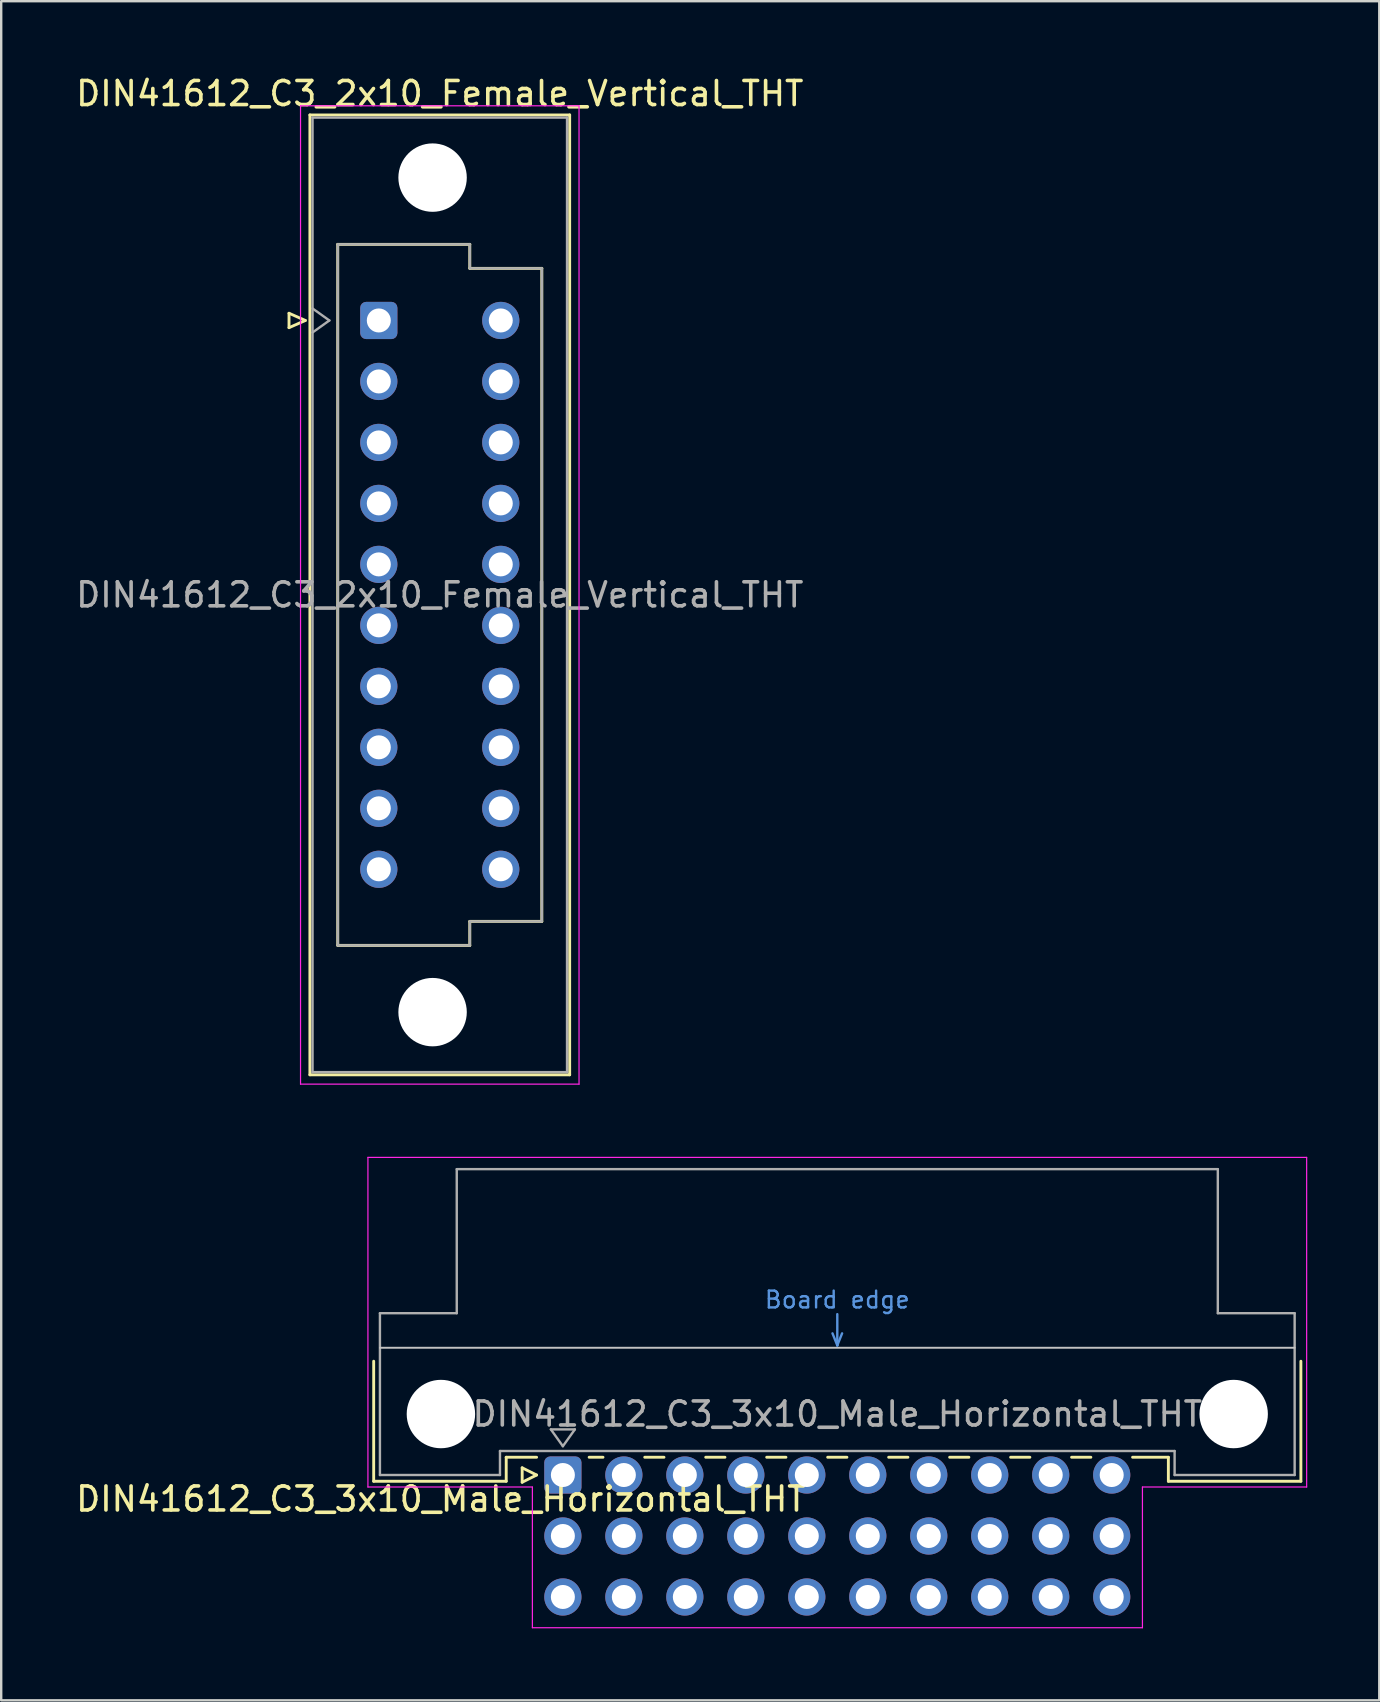
<source format=kicad_pcb>
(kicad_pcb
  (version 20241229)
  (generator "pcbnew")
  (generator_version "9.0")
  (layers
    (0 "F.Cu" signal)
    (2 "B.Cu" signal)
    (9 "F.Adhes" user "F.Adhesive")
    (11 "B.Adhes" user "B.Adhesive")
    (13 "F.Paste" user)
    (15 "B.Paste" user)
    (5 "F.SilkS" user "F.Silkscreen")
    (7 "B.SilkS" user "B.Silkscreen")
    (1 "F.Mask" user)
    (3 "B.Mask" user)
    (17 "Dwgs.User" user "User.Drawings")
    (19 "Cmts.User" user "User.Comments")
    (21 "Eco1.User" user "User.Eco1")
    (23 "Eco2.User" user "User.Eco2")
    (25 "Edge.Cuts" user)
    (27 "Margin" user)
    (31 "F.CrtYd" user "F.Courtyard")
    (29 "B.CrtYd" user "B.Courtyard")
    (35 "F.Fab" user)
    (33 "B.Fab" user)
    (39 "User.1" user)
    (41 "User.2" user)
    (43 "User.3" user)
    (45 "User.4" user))
  (footprint "DIN41612_C3_2x10_Female_Vertical_THT"
    (layer "F.Cu")
    (at 12.728 10.298)
    (property "Reference" "DIN41612_C3_2x10_Female_Vertical_THT" (at 2.54 -9.45 0) (layer "F.SilkS") (effects (font (size 1 1) (thickness 0.15))))
    (attr through_hole)
    (fp_line (start -3.74 -0.3) (end -3.74 0.3) (stroke (width 0.12) (type solid)) (layer "F.SilkS"))
    (fp_line (start -3.74 0.3) (end -3.06 0) (stroke (width 0.12) (type solid)) (layer "F.SilkS"))
    (fp_line (start -3.06 0) (end -3.74 -0.3) (stroke (width 0.12) (type solid)) (layer "F.SilkS"))
    (fp_line (start -2.87 -8.56) (end 7.95 -8.56) (stroke (width 0.12) (type solid)) (layer "F.SilkS"))
    (fp_line (start -2.87 31.42) (end -2.87 -8.56) (stroke (width 0.12) (type solid)) (layer "F.SilkS"))
    (fp_line (start -1.71 -3.17) (end 3.79 -3.17) (stroke (width 0.12) (type solid)) (layer "F.SilkS"))
    (fp_line (start -1.71 26.03) (end -1.71 -3.17) (stroke (width 0.12) (type solid)) (layer "F.SilkS"))
    (fp_line (start 3.79 -3.17) (end 3.79 -2.17) (stroke (width 0.12) (type solid)) (layer "F.SilkS"))
    (fp_line (start 3.79 -2.17) (end 6.79 -2.17) (stroke (width 0.12) (type solid)) (layer "F.SilkS"))
    (fp_line (start 3.79 25.03) (end 3.79 26.03) (stroke (width 0.12) (type solid)) (layer "F.SilkS"))
    (fp_line (start 3.79 26.03) (end -1.71 26.03) (stroke (width 0.12) (type solid)) (layer "F.SilkS"))
    (fp_line (start 6.79 -2.17) (end 6.79 25.03) (stroke (width 0.12) (type solid)) (layer "F.SilkS"))
    (fp_line (start 6.79 25.03) (end 3.79 25.03) (stroke (width 0.12) (type solid)) (layer "F.SilkS"))
    (fp_line (start 7.95 -8.56) (end 7.95 31.42) (stroke (width 0.12) (type solid)) (layer "F.SilkS"))
    (fp_line (start 7.95 31.42) (end -2.87 31.42) (stroke (width 0.12) (type solid)) (layer "F.SilkS"))
    (fp_line (start -3.26 -8.94) (end 8.34 -8.94) (stroke (width 0.05) (type solid)) (layer "F.CrtYd"))
    (fp_line (start -3.26 31.81) (end -3.26 -8.94) (stroke (width 0.05) (type solid)) (layer "F.CrtYd"))
    (fp_line (start 8.34 -8.94) (end 8.34 31.81) (stroke (width 0.05) (type solid)) (layer "F.CrtYd"))
    (fp_line (start 8.34 31.81) (end -3.26 31.81) (stroke (width 0.05) (type solid)) (layer "F.CrtYd"))
    (fp_line (start -2.76 -8.45) (end 7.84 -8.45) (stroke (width 0.1) (type solid)) (layer "F.Fab"))
    (fp_line (start -2.76 -0.5) (end -2.06 0) (stroke (width 0.1) (type solid)) (layer "F.Fab"))
    (fp_line (start -2.76 31.31) (end -2.76 -8.45) (stroke (width 0.1) (type solid)) (layer "F.Fab"))
    (fp_line (start -2.06 0) (end -2.76 0.5) (stroke (width 0.1) (type solid)) (layer "F.Fab"))
    (fp_line (start -1.71 -3.17) (end 3.79 -3.17) (stroke (width 0.1) (type solid)) (layer "F.Fab"))
    (fp_line (start -1.71 26.03) (end -1.71 -3.17) (stroke (width 0.1) (type solid)) (layer "F.Fab"))
    (fp_line (start 3.79 -3.17) (end 3.79 -2.17) (stroke (width 0.1) (type solid)) (layer "F.Fab"))
    (fp_line (start 3.79 -2.17) (end 6.79 -2.17) (stroke (width 0.1) (type solid)) (layer "F.Fab"))
    (fp_line (start 3.79 25.03) (end 3.79 26.03) (stroke (width 0.1) (type solid)) (layer "F.Fab"))
    (fp_line (start 3.79 26.03) (end -1.71 26.03) (stroke (width 0.1) (type solid)) (layer "F.Fab"))
    (fp_line (start 6.79 -2.17) (end 6.79 25.03) (stroke (width 0.1) (type solid)) (layer "F.Fab"))
    (fp_line (start 6.79 25.03) (end 3.79 25.03) (stroke (width 0.1) (type solid)) (layer "F.Fab"))
    (fp_line (start 7.84 -8.45) (end 7.84 31.31) (stroke (width 0.1) (type solid)) (layer "F.Fab"))
    (fp_line (start 7.84 31.31) (end -2.76 31.31) (stroke (width 0.1) (type solid)) (layer "F.Fab"))
    (fp_text user "${REFERENCE}" (at 2.54 11.43 0) (layer "F.Fab") (effects (font (size 1 1) (thickness 0.15))))
    (pad "" np_thru_hole circle (at 2.24 -5.95) (size 2.85 2.85) (drill 2.85) (layers "*.Cu" "*.Mask"))
    (pad "" np_thru_hole circle (at 2.24 28.81) (size 2.85 2.85) (drill 2.85) (layers "*.Cu" "*.Mask"))
    (pad "a1" thru_hole roundrect (at 0 0) (size 1.55 1.55) (drill 1) (layers "*.Cu" "*.Mask") (roundrect_rratio 0.161))
    (pad "a2" thru_hole circle (at 0 2.54) (size 1.55 1.55) (drill 1) (layers "*.Cu" "*.Mask"))
    (pad "a3" thru_hole circle (at 0 5.08) (size 1.55 1.55) (drill 1) (layers "*.Cu" "*.Mask"))
    (pad "a4" thru_hole circle (at 0 7.62) (size 1.55 1.55) (drill 1) (layers "*.Cu" "*.Mask"))
    (pad "a5" thru_hole circle (at 0 10.16) (size 1.55 1.55) (drill 1) (layers "*.Cu" "*.Mask"))
    (pad "a6" thru_hole circle (at 0 12.7) (size 1.55 1.55) (drill 1) (layers "*.Cu" "*.Mask"))
    (pad "a7" thru_hole circle (at 0 15.24) (size 1.55 1.55) (drill 1) (layers "*.Cu" "*.Mask"))
    (pad "a8" thru_hole circle (at 0 17.78) (size 1.55 1.55) (drill 1) (layers "*.Cu" "*.Mask"))
    (pad "a9" thru_hole circle (at 0 20.32) (size 1.55 1.55) (drill 1) (layers "*.Cu" "*.Mask"))
    (pad "a10" thru_hole circle (at 0 22.86) (size 1.55 1.55) (drill 1) (layers "*.Cu" "*.Mask"))
    (pad "c1" thru_hole circle (at 5.08 0) (size 1.55 1.55) (drill 1) (layers "*.Cu" "*.Mask"))
    (pad "c2" thru_hole circle (at 5.08 2.54) (size 1.55 1.55) (drill 1) (layers "*.Cu" "*.Mask"))
    (pad "c3" thru_hole circle (at 5.08 5.08) (size 1.55 1.55) (drill 1) (layers "*.Cu" "*.Mask"))
    (pad "c4" thru_hole circle (at 5.08 7.62) (size 1.55 1.55) (drill 1) (layers "*.Cu" "*.Mask"))
    (pad "c5" thru_hole circle (at 5.08 10.16) (size 1.55 1.55) (drill 1) (layers "*.Cu" "*.Mask"))
    (pad "c6" thru_hole circle (at 5.08 12.7) (size 1.55 1.55) (drill 1) (layers "*.Cu" "*.Mask"))
    (pad "c7" thru_hole circle (at 5.08 15.24) (size 1.55 1.55) (drill 1) (layers "*.Cu" "*.Mask"))
    (pad "c8" thru_hole circle (at 5.08 17.78) (size 1.55 1.55) (drill 1) (layers "*.Cu" "*.Mask"))
    (pad "c9" thru_hole circle (at 5.08 20.32) (size 1.55 1.55) (drill 1) (layers "*.Cu" "*.Mask"))
    (pad "c10" thru_hole circle (at 5.08 22.86) (size 1.55 1.55) (drill 1) (layers "*.Cu" "*.Mask")))
  (footprint "DIN41612_C3_3x10_Male_Horizontal_THT"
    (layer "F.Cu")
    (at 20.395 58.388)
    (property "Reference" "DIN41612_C3_3x10_Male_Horizontal_THT" (at -5.08 1 0) (layer "F.SilkS") (effects (font (size 1 1) (thickness 0.15))))
    (attr through_hole)
    (fp_line (start -7.88 -4.74) (end -7.88 0.26) (stroke (width 0.12) (type solid)) (layer "F.SilkS"))
    (fp_line (start -7.88 0.26) (end -2.36 0.26) (stroke (width 0.12) (type solid)) (layer "F.SilkS"))
    (fp_line (start -2.361 -0.74) (end -1.095 -0.74) (stroke (width 0.12) (type solid)) (layer "F.SilkS"))
    (fp_line (start -2.36 0.26) (end -2.36 -0.74) (stroke (width 0.12) (type solid)) (layer "F.SilkS"))
    (fp_line (start -1.695 -0.3) (end -1.695 0.3) (stroke (width 0.12) (type solid)) (layer "F.SilkS"))
    (fp_line (start -1.695 0.3) (end -1.095 0) (stroke (width 0.12) (type solid)) (layer "F.SilkS"))
    (fp_line (start -1.095 0) (end -1.695 -0.3) (stroke (width 0.12) (type solid)) (layer "F.SilkS"))
    (fp_line (start 1.095 -0.74) (end 1.671 -0.74) (stroke (width 0.12) (type solid)) (layer "F.SilkS"))
    (fp_line (start 3.41 -0.74) (end 4.211 -0.74) (stroke (width 0.12) (type solid)) (layer "F.SilkS"))
    (fp_line (start 5.95 -0.74) (end 6.751 -0.74) (stroke (width 0.12) (type solid)) (layer "F.SilkS"))
    (fp_line (start 8.49 -0.74) (end 9.291 -0.74) (stroke (width 0.12) (type solid)) (layer "F.SilkS"))
    (fp_line (start 11.03 -0.74) (end 11.831 -0.74) (stroke (width 0.12) (type solid)) (layer "F.SilkS"))
    (fp_line (start 13.57 -0.74) (end 14.371 -0.74) (stroke (width 0.12) (type solid)) (layer "F.SilkS"))
    (fp_line (start 16.11 -0.74) (end 16.911 -0.74) (stroke (width 0.12) (type solid)) (layer "F.SilkS"))
    (fp_line (start 18.65 -0.74) (end 19.451 -0.74) (stroke (width 0.12) (type solid)) (layer "F.SilkS"))
    (fp_line (start 21.19 -0.74) (end 21.991 -0.74) (stroke (width 0.12) (type solid)) (layer "F.SilkS"))
    (fp_line (start 23.73 -0.74) (end 25.22 -0.74) (stroke (width 0.12) (type solid)) (layer "F.SilkS"))
    (fp_line (start 25.22 0.26) (end 25.22 -0.74) (stroke (width 0.12) (type solid)) (layer "F.SilkS"))
    (fp_line (start 30.74 -4.74) (end 30.74 0.26) (stroke (width 0.12) (type solid)) (layer "F.SilkS"))
    (fp_line (start 30.74 0.26) (end 25.22 0.26) (stroke (width 0.12) (type solid)) (layer "F.SilkS"))
    (fp_line (start -7.62 -5.3) (end 30.48 -5.3) (stroke (width 0.08) (type solid)) (layer "Dwgs.User"))
    (fp_line (start 11.23 -5.9) (end 11.43 -5.4) (stroke (width 0.1) (type solid)) (layer "Cmts.User"))
    (fp_line (start 11.43 -5.4) (end 11.43 -6.7) (stroke (width 0.1) (type solid)) (layer "Cmts.User"))
    (fp_line (start 11.43 -5.4) (end 11.63 -5.9) (stroke (width 0.1) (type solid)) (layer "Cmts.User"))
    (fp_line (start -8.12 -13.23) (end -8.12 0.5) (stroke (width 0.05) (type solid)) (layer "F.CrtYd"))
    (fp_line (start -8.12 0.5) (end -1.27 0.5) (stroke (width 0.05) (type solid)) (layer "F.CrtYd"))
    (fp_line (start -1.27 0.5) (end -1.27 6.36) (stroke (width 0.05) (type solid)) (layer "F.CrtYd"))
    (fp_line (start -1.27 6.36) (end 24.14 6.36) (stroke (width 0.05) (type solid)) (layer "F.CrtYd"))
    (fp_line (start 24.14 0.5) (end 30.98 0.5) (stroke (width 0.05) (type solid)) (layer "F.CrtYd"))
    (fp_line (start 24.14 6.36) (end 24.14 0.5) (stroke (width 0.05) (type solid)) (layer "F.CrtYd"))
    (fp_line (start 30.98 -13.23) (end -8.12 -13.23) (stroke (width 0.05) (type solid)) (layer "F.CrtYd"))
    (fp_line (start 30.98 0.5) (end 30.98 -13.23) (stroke (width 0.05) (type solid)) (layer "F.CrtYd"))
    (fp_line (start -7.62 -6.74) (end -7.62 0) (stroke (width 0.1) (type solid)) (layer "F.Fab"))
    (fp_line (start -7.62 0) (end -2.62 0) (stroke (width 0.1) (type solid)) (layer "F.Fab"))
    (fp_line (start -4.42 -12.74) (end -4.42 -6.74) (stroke (width 0.1) (type solid)) (layer "F.Fab"))
    (fp_line (start -4.42 -6.74) (end -7.62 -6.74) (stroke (width 0.1) (type solid)) (layer "F.Fab"))
    (fp_line (start -2.62 -1) (end 25.48 -1) (stroke (width 0.1) (type solid)) (layer "F.Fab"))
    (fp_line (start -2.62 0) (end -2.62 -1) (stroke (width 0.1) (type solid)) (layer "F.Fab"))
    (fp_line (start -0.5 -1.9) (end 0.5 -1.9) (stroke (width 0.1) (type solid)) (layer "F.Fab"))
    (fp_line (start 0 -1.2) (end -0.5 -1.9) (stroke (width 0.1) (type solid)) (layer "F.Fab"))
    (fp_line (start 0.5 -1.9) (end 0 -1.2) (stroke (width 0.1) (type solid)) (layer "F.Fab"))
    (fp_line (start 25.48 -1) (end 25.48 0) (stroke (width 0.1) (type solid)) (layer "F.Fab"))
    (fp_line (start 25.48 0) (end 30.48 0) (stroke (width 0.1) (type solid)) (layer "F.Fab"))
    (fp_line (start 27.28 -12.74) (end -4.42 -12.74) (stroke (width 0.1) (type solid)) (layer "F.Fab"))
    (fp_line (start 27.28 -6.74) (end 27.28 -12.74) (stroke (width 0.1) (type solid)) (layer "F.Fab"))
    (fp_line (start 30.48 -6.74) (end 27.28 -6.74) (stroke (width 0.1) (type solid)) (layer "F.Fab"))
    (fp_line (start 30.48 0) (end 30.48 -6.74) (stroke (width 0.1) (type solid)) (layer "F.Fab"))
    (fp_text user "Board edge" (at 11.43 -7.3 0) (layer "Cmts.User") (effects (font (size 0.7 0.7) (thickness 0.1))))
    (fp_text user "${REFERENCE}" (at 11.43 -2.54 0) (layer "F.Fab") (effects (font (size 1 1) (thickness 0.15))))
    (pad "" np_thru_hole circle (at -5.08 -2.54) (size 2.85 2.85) (drill 2.85) (layers "*.Cu" "*.Mask"))
    (pad "" np_thru_hole circle (at 27.94 -2.54) (size 2.85 2.85) (drill 2.85) (layers "*.Cu" "*.Mask"))
    (pad "a1" thru_hole roundrect (at 0 0) (size 1.55 1.55) (drill 1) (layers "*.Cu" "*.Mask") (roundrect_rratio 0.161))
    (pad "a2" thru_hole circle (at 2.54 0) (size 1.55 1.55) (drill 1) (layers "*.Cu" "*.Mask"))
    (pad "a3" thru_hole circle (at 5.08 0) (size 1.55 1.55) (drill 1) (layers "*.Cu" "*.Mask"))
    (pad "a4" thru_hole circle (at 7.62 0) (size 1.55 1.55) (drill 1) (layers "*.Cu" "*.Mask"))
    (pad "a5" thru_hole circle (at 10.16 0) (size 1.55 1.55) (drill 1) (layers "*.Cu" "*.Mask"))
    (pad "a6" thru_hole circle (at 12.7 0) (size 1.55 1.55) (drill 1) (layers "*.Cu" "*.Mask"))
    (pad "a7" thru_hole circle (at 15.24 0) (size 1.55 1.55) (drill 1) (layers "*.Cu" "*.Mask"))
    (pad "a8" thru_hole circle (at 17.78 0) (size 1.55 1.55) (drill 1) (layers "*.Cu" "*.Mask"))
    (pad "a9" thru_hole circle (at 20.32 0) (size 1.55 1.55) (drill 1) (layers "*.Cu" "*.Mask"))
    (pad "a10" thru_hole circle (at 22.86 0) (size 1.55 1.55) (drill 1) (layers "*.Cu" "*.Mask"))
    (pad "b1" thru_hole circle (at 0 2.54) (size 1.55 1.55) (drill 1) (layers "*.Cu" "*.Mask"))
    (pad "b2" thru_hole circle (at 2.54 2.54) (size 1.55 1.55) (drill 1) (layers "*.Cu" "*.Mask"))
    (pad "b3" thru_hole circle (at 5.08 2.54) (size 1.55 1.55) (drill 1) (layers "*.Cu" "*.Mask"))
    (pad "b4" thru_hole circle (at 7.62 2.54) (size 1.55 1.55) (drill 1) (layers "*.Cu" "*.Mask"))
    (pad "b5" thru_hole circle (at 10.16 2.54) (size 1.55 1.55) (drill 1) (layers "*.Cu" "*.Mask"))
    (pad "b6" thru_hole circle (at 12.7 2.54) (size 1.55 1.55) (drill 1) (layers "*.Cu" "*.Mask"))
    (pad "b7" thru_hole circle (at 15.24 2.54) (size 1.55 1.55) (drill 1) (layers "*.Cu" "*.Mask"))
    (pad "b8" thru_hole circle (at 17.78 2.54) (size 1.55 1.55) (drill 1) (layers "*.Cu" "*.Mask"))
    (pad "b9" thru_hole circle (at 20.32 2.54) (size 1.55 1.55) (drill 1) (layers "*.Cu" "*.Mask"))
    (pad "b10" thru_hole circle (at 22.86 2.54) (size 1.55 1.55) (drill 1) (layers "*.Cu" "*.Mask"))
    (pad "c1" thru_hole circle (at 0 5.08) (size 1.55 1.55) (drill 1) (layers "*.Cu" "*.Mask"))
    (pad "c2" thru_hole circle (at 2.54 5.08) (size 1.55 1.55) (drill 1) (layers "*.Cu" "*.Mask"))
    (pad "c3" thru_hole circle (at 5.08 5.08) (size 1.55 1.55) (drill 1) (layers "*.Cu" "*.Mask"))
    (pad "c4" thru_hole circle (at 7.62 5.08) (size 1.55 1.55) (drill 1) (layers "*.Cu" "*.Mask"))
    (pad "c5" thru_hole circle (at 10.16 5.08) (size 1.55 1.55) (drill 1) (layers "*.Cu" "*.Mask"))
    (pad "c6" thru_hole circle (at 12.7 5.08) (size 1.55 1.55) (drill 1) (layers "*.Cu" "*.Mask"))
    (pad "c7" thru_hole circle (at 15.24 5.08) (size 1.55 1.55) (drill 1) (layers "*.Cu" "*.Mask"))
    (pad "c8" thru_hole circle (at 17.78 5.08) (size 1.55 1.55) (drill 1) (layers "*.Cu" "*.Mask"))
    (pad "c9" thru_hole circle (at 20.32 5.08) (size 1.55 1.55) (drill 1) (layers "*.Cu" "*.Mask"))
    (pad "c10" thru_hole circle (at 22.86 5.08) (size 1.55 1.55) (drill 1) (layers "*.Cu" "*.Mask")))
  (gr_rect
    (start -3 -3)
    (end 54.4 67.773)
    (stroke (width 0.1) (type default))
    (fill no)
    (layer "Edge.Cuts")))
</source>
